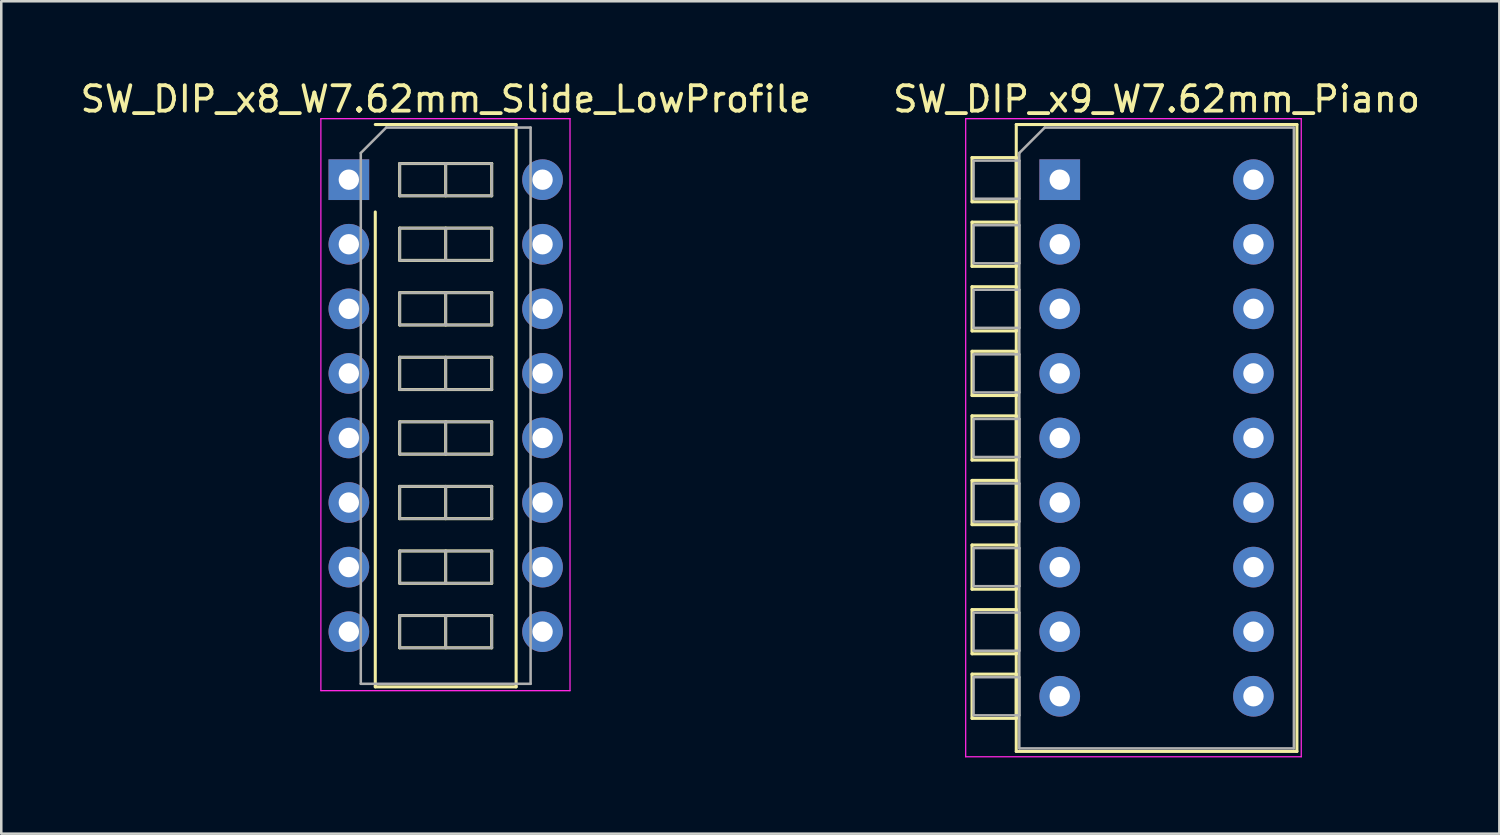
<source format=kicad_pcb>
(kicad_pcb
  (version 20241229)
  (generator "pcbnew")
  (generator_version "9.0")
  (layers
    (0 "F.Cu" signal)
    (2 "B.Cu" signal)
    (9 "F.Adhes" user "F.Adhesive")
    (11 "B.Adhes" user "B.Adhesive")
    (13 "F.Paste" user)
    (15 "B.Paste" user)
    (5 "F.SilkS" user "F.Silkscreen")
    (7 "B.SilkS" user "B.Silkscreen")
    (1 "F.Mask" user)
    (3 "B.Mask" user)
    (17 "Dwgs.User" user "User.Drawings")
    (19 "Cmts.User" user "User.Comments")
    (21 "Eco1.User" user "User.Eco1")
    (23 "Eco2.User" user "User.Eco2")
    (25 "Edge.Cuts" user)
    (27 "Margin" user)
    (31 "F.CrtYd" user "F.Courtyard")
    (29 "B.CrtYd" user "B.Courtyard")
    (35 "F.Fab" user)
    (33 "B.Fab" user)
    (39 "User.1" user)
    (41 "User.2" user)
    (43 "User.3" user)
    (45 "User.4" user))
  (footprint "SW_DIP_x9_W7.62mm_Piano"
    (layer "F.Cu")
    (at 38.636 4.018)
    (property "Reference" "SW_DIP_x9_W7.62mm_Piano" (at 3.81 -3.17 0) (layer "F.SilkS") (effects (font (size 1 1) (thickness 0.15))))
    (attr through_hole)
    (fp_line (start -3.45 -0.87) (end -3.45 0.87) (stroke (width 0.12) (type solid)) (layer "F.SilkS"))
    (fp_line (start -3.45 0.87) (end -1.71 0.87) (stroke (width 0.12) (type solid)) (layer "F.SilkS"))
    (fp_line (start -3.45 1.67) (end -3.45 3.41) (stroke (width 0.12) (type solid)) (layer "F.SilkS"))
    (fp_line (start -3.45 3.41) (end -1.71 3.41) (stroke (width 0.12) (type solid)) (layer "F.SilkS"))
    (fp_line (start -3.45 4.21) (end -3.45 5.95) (stroke (width 0.12) (type solid)) (layer "F.SilkS"))
    (fp_line (start -3.45 5.95) (end -1.71 5.95) (stroke (width 0.12) (type solid)) (layer "F.SilkS"))
    (fp_line (start -3.45 6.75) (end -3.45 8.49) (stroke (width 0.12) (type solid)) (layer "F.SilkS"))
    (fp_line (start -3.45 8.49) (end -1.71 8.49) (stroke (width 0.12) (type solid)) (layer "F.SilkS"))
    (fp_line (start -3.45 9.29) (end -3.45 11.03) (stroke (width 0.12) (type solid)) (layer "F.SilkS"))
    (fp_line (start -3.45 11.03) (end -1.71 11.03) (stroke (width 0.12) (type solid)) (layer "F.SilkS"))
    (fp_line (start -3.45 11.83) (end -3.45 13.57) (stroke (width 0.12) (type solid)) (layer "F.SilkS"))
    (fp_line (start -3.45 13.57) (end -1.71 13.57) (stroke (width 0.12) (type solid)) (layer "F.SilkS"))
    (fp_line (start -3.45 14.37) (end -3.45 16.11) (stroke (width 0.12) (type solid)) (layer "F.SilkS"))
    (fp_line (start -3.45 16.11) (end -1.71 16.11) (stroke (width 0.12) (type solid)) (layer "F.SilkS"))
    (fp_line (start -3.45 16.91) (end -3.45 18.65) (stroke (width 0.12) (type solid)) (layer "F.SilkS"))
    (fp_line (start -3.45 18.65) (end -1.71 18.65) (stroke (width 0.12) (type solid)) (layer "F.SilkS"))
    (fp_line (start -3.45 19.45) (end -3.45 21.19) (stroke (width 0.12) (type solid)) (layer "F.SilkS"))
    (fp_line (start -3.45 21.19) (end -1.71 21.19) (stroke (width 0.12) (type solid)) (layer "F.SilkS"))
    (fp_line (start -1.71 -2.17) (end 9.33 -2.17) (stroke (width 0.12) (type solid)) (layer "F.SilkS"))
    (fp_line (start -1.71 -0.87) (end -3.45 -0.87) (stroke (width 0.12) (type solid)) (layer "F.SilkS"))
    (fp_line (start -1.71 0.87) (end -1.71 -0.87) (stroke (width 0.12) (type solid)) (layer "F.SilkS"))
    (fp_line (start -1.71 1.67) (end -3.45 1.67) (stroke (width 0.12) (type solid)) (layer "F.SilkS"))
    (fp_line (start -1.71 3.41) (end -1.71 1.67) (stroke (width 0.12) (type solid)) (layer "F.SilkS"))
    (fp_line (start -1.71 4.21) (end -3.45 4.21) (stroke (width 0.12) (type solid)) (layer "F.SilkS"))
    (fp_line (start -1.71 5.95) (end -1.71 4.21) (stroke (width 0.12) (type solid)) (layer "F.SilkS"))
    (fp_line (start -1.71 6.75) (end -3.45 6.75) (stroke (width 0.12) (type solid)) (layer "F.SilkS"))
    (fp_line (start -1.71 8.49) (end -1.71 6.75) (stroke (width 0.12) (type solid)) (layer "F.SilkS"))
    (fp_line (start -1.71 9.29) (end -3.45 9.29) (stroke (width 0.12) (type solid)) (layer "F.SilkS"))
    (fp_line (start -1.71 11.03) (end -1.71 9.29) (stroke (width 0.12) (type solid)) (layer "F.SilkS"))
    (fp_line (start -1.71 11.83) (end -3.45 11.83) (stroke (width 0.12) (type solid)) (layer "F.SilkS"))
    (fp_line (start -1.71 13.57) (end -1.71 11.83) (stroke (width 0.12) (type solid)) (layer "F.SilkS"))
    (fp_line (start -1.71 14.37) (end -3.45 14.37) (stroke (width 0.12) (type solid)) (layer "F.SilkS"))
    (fp_line (start -1.71 16.11) (end -1.71 14.37) (stroke (width 0.12) (type solid)) (layer "F.SilkS"))
    (fp_line (start -1.71 16.91) (end -3.45 16.91) (stroke (width 0.12) (type solid)) (layer "F.SilkS"))
    (fp_line (start -1.71 18.65) (end -1.71 16.91) (stroke (width 0.12) (type solid)) (layer "F.SilkS"))
    (fp_line (start -1.71 19.45) (end -3.45 19.45) (stroke (width 0.12) (type solid)) (layer "F.SilkS"))
    (fp_line (start -1.71 21.19) (end -1.71 19.45) (stroke (width 0.12) (type solid)) (layer "F.SilkS"))
    (fp_line (start -1.71 22.49) (end -1.71 -2.17) (stroke (width 0.12) (type solid)) (layer "F.SilkS"))
    (fp_line (start 9.33 -2.17) (end 9.33 22.49) (stroke (width 0.12) (type solid)) (layer "F.SilkS"))
    (fp_line (start 9.33 22.49) (end -1.71 22.49) (stroke (width 0.12) (type solid)) (layer "F.SilkS"))
    (fp_line (start -3.7 -2.4) (end -3.7 22.7) (stroke (width 0.05) (type solid)) (layer "F.CrtYd"))
    (fp_line (start -3.7 22.7) (end 9.5 22.7) (stroke (width 0.05) (type solid)) (layer "F.CrtYd"))
    (fp_line (start 9.5 -2.4) (end -3.7 -2.4) (stroke (width 0.05) (type solid)) (layer "F.CrtYd"))
    (fp_line (start 9.5 22.7) (end 9.5 -2.4) (stroke (width 0.05) (type solid)) (layer "F.CrtYd"))
    (fp_line (start -3.39 -0.75) (end -1.59 -0.75) (stroke (width 0.1) (type solid)) (layer "F.Fab"))
    (fp_line (start -3.39 0.75) (end -3.39 -0.75) (stroke (width 0.1) (type solid)) (layer "F.Fab"))
    (fp_line (start -3.39 1.79) (end -1.59 1.79) (stroke (width 0.1) (type solid)) (layer "F.Fab"))
    (fp_line (start -3.39 3.29) (end -3.39 1.79) (stroke (width 0.1) (type solid)) (layer "F.Fab"))
    (fp_line (start -3.39 4.33) (end -1.59 4.33) (stroke (width 0.1) (type solid)) (layer "F.Fab"))
    (fp_line (start -3.39 5.83) (end -3.39 4.33) (stroke (width 0.1) (type solid)) (layer "F.Fab"))
    (fp_line (start -3.39 6.87) (end -1.59 6.87) (stroke (width 0.1) (type solid)) (layer "F.Fab"))
    (fp_line (start -3.39 8.37) (end -3.39 6.87) (stroke (width 0.1) (type solid)) (layer "F.Fab"))
    (fp_line (start -3.39 9.41) (end -1.59 9.41) (stroke (width 0.1) (type solid)) (layer "F.Fab"))
    (fp_line (start -3.39 10.91) (end -3.39 9.41) (stroke (width 0.1) (type solid)) (layer "F.Fab"))
    (fp_line (start -3.39 11.95) (end -1.59 11.95) (stroke (width 0.1) (type solid)) (layer "F.Fab"))
    (fp_line (start -3.39 13.45) (end -3.39 11.95) (stroke (width 0.1) (type solid)) (layer "F.Fab"))
    (fp_line (start -3.39 14.49) (end -1.59 14.49) (stroke (width 0.1) (type solid)) (layer "F.Fab"))
    (fp_line (start -3.39 15.99) (end -3.39 14.49) (stroke (width 0.1) (type solid)) (layer "F.Fab"))
    (fp_line (start -3.39 17.03) (end -1.59 17.03) (stroke (width 0.1) (type solid)) (layer "F.Fab"))
    (fp_line (start -3.39 18.53) (end -3.39 17.03) (stroke (width 0.1) (type solid)) (layer "F.Fab"))
    (fp_line (start -3.39 19.57) (end -1.59 19.57) (stroke (width 0.1) (type solid)) (layer "F.Fab"))
    (fp_line (start -3.39 21.07) (end -3.39 19.57) (stroke (width 0.1) (type solid)) (layer "F.Fab"))
    (fp_line (start -1.59 -1.05) (end -0.59 -2.05) (stroke (width 0.1) (type solid)) (layer "F.Fab"))
    (fp_line (start -1.59 -0.75) (end -1.59 0.75) (stroke (width 0.1) (type solid)) (layer "F.Fab"))
    (fp_line (start -1.59 0.75) (end -3.39 0.75) (stroke (width 0.1) (type solid)) (layer "F.Fab"))
    (fp_line (start -1.59 1.79) (end -1.59 3.29) (stroke (width 0.1) (type solid)) (layer "F.Fab"))
    (fp_line (start -1.59 3.29) (end -3.39 3.29) (stroke (width 0.1) (type solid)) (layer "F.Fab"))
    (fp_line (start -1.59 4.33) (end -1.59 5.83) (stroke (width 0.1) (type solid)) (layer "F.Fab"))
    (fp_line (start -1.59 5.83) (end -3.39 5.83) (stroke (width 0.1) (type solid)) (layer "F.Fab"))
    (fp_line (start -1.59 6.87) (end -1.59 8.37) (stroke (width 0.1) (type solid)) (layer "F.Fab"))
    (fp_line (start -1.59 8.37) (end -3.39 8.37) (stroke (width 0.1) (type solid)) (layer "F.Fab"))
    (fp_line (start -1.59 9.41) (end -1.59 10.91) (stroke (width 0.1) (type solid)) (layer "F.Fab"))
    (fp_line (start -1.59 10.91) (end -3.39 10.91) (stroke (width 0.1) (type solid)) (layer "F.Fab"))
    (fp_line (start -1.59 11.95) (end -1.59 13.45) (stroke (width 0.1) (type solid)) (layer "F.Fab"))
    (fp_line (start -1.59 13.45) (end -3.39 13.45) (stroke (width 0.1) (type solid)) (layer "F.Fab"))
    (fp_line (start -1.59 14.49) (end -1.59 15.99) (stroke (width 0.1) (type solid)) (layer "F.Fab"))
    (fp_line (start -1.59 15.99) (end -3.39 15.99) (stroke (width 0.1) (type solid)) (layer "F.Fab"))
    (fp_line (start -1.59 17.03) (end -1.59 18.53) (stroke (width 0.1) (type solid)) (layer "F.Fab"))
    (fp_line (start -1.59 18.53) (end -3.39 18.53) (stroke (width 0.1) (type solid)) (layer "F.Fab"))
    (fp_line (start -1.59 19.57) (end -1.59 21.07) (stroke (width 0.1) (type solid)) (layer "F.Fab"))
    (fp_line (start -1.59 21.07) (end -3.39 21.07) (stroke (width 0.1) (type solid)) (layer "F.Fab"))
    (fp_line (start -1.59 22.37) (end -1.59 -1.05) (stroke (width 0.1) (type solid)) (layer "F.Fab"))
    (fp_line (start -0.59 -2.05) (end 9.21 -2.05) (stroke (width 0.1) (type solid)) (layer "F.Fab"))
    (fp_line (start 9.21 -2.05) (end 9.21 22.37) (stroke (width 0.1) (type solid)) (layer "F.Fab"))
    (fp_line (start 9.21 22.37) (end -1.59 22.37) (stroke (width 0.1) (type solid)) (layer "F.Fab"))
    (pad "1" thru_hole rect (at 0 0) (size 1.6 1.6) (drill 0.8) (layers "*.Cu" "*.Mask"))
    (pad "2" thru_hole oval (at 0 2.54) (size 1.6 1.6) (drill 0.8) (layers "*.Cu" "*.Mask"))
    (pad "3" thru_hole oval (at 0 5.08) (size 1.6 1.6) (drill 0.8) (layers "*.Cu" "*.Mask"))
    (pad "4" thru_hole oval (at 0 7.62) (size 1.6 1.6) (drill 0.8) (layers "*.Cu" "*.Mask"))
    (pad "5" thru_hole oval (at 0 10.16) (size 1.6 1.6) (drill 0.8) (layers "*.Cu" "*.Mask"))
    (pad "6" thru_hole oval (at 0 12.7) (size 1.6 1.6) (drill 0.8) (layers "*.Cu" "*.Mask"))
    (pad "7" thru_hole oval (at 0 15.24) (size 1.6 1.6) (drill 0.8) (layers "*.Cu" "*.Mask"))
    (pad "8" thru_hole oval (at 0 17.78) (size 1.6 1.6) (drill 0.8) (layers "*.Cu" "*.Mask"))
    (pad "9" thru_hole oval (at 0 20.32) (size 1.6 1.6) (drill 0.8) (layers "*.Cu" "*.Mask"))
    (pad "10" thru_hole oval (at 7.62 20.32) (size 1.6 1.6) (drill 0.8) (layers "*.Cu" "*.Mask"))
    (pad "11" thru_hole oval (at 7.62 17.78) (size 1.6 1.6) (drill 0.8) (layers "*.Cu" "*.Mask"))
    (pad "12" thru_hole oval (at 7.62 15.24) (size 1.6 1.6) (drill 0.8) (layers "*.Cu" "*.Mask"))
    (pad "13" thru_hole oval (at 7.62 12.7) (size 1.6 1.6) (drill 0.8) (layers "*.Cu" "*.Mask"))
    (pad "14" thru_hole oval (at 7.62 10.16) (size 1.6 1.6) (drill 0.8) (layers "*.Cu" "*.Mask"))
    (pad "15" thru_hole oval (at 7.62 7.62) (size 1.6 1.6) (drill 0.8) (layers "*.Cu" "*.Mask"))
    (pad "16" thru_hole oval (at 7.62 5.08) (size 1.6 1.6) (drill 0.8) (layers "*.Cu" "*.Mask"))
    (pad "17" thru_hole oval (at 7.62 2.54) (size 1.6 1.6) (drill 0.8) (layers "*.Cu" "*.Mask"))
    (pad "18" thru_hole oval (at 7.62 0) (size 1.6 1.6) (drill 0.8) (layers "*.Cu" "*.Mask")))
  (footprint "SW_DIP_x8_W7.62mm_Slide_LowProfile"
    (layer "F.Cu")
    (at 10.672 4.018)
    (property "Reference" "SW_DIP_x8_W7.62mm_Slide_LowProfile" (at 3.81 -3.17 0) (layer "F.SilkS") (effects (font (size 1 1) (thickness 0.15))))
    (attr through_hole)
    (fp_line (start 1.04 -2.17) (end 6.58 -2.17) (stroke (width 0.12) (type solid)) (layer "F.SilkS"))
    (fp_line (start 1.04 19.95) (end 1.04 1.27) (stroke (width 0.12) (type solid)) (layer "F.SilkS"))
    (fp_line (start 2 -0.635) (end 2 0.635) (stroke (width 0.12) (type solid)) (layer "F.SilkS"))
    (fp_line (start 2 0.635) (end 5.62 0.635) (stroke (width 0.12) (type solid)) (layer "F.SilkS"))
    (fp_line (start 2 1.905) (end 2 3.175) (stroke (width 0.12) (type solid)) (layer "F.SilkS"))
    (fp_line (start 2 3.175) (end 5.62 3.175) (stroke (width 0.12) (type solid)) (layer "F.SilkS"))
    (fp_line (start 2 4.445) (end 2 5.715) (stroke (width 0.12) (type solid)) (layer "F.SilkS"))
    (fp_line (start 2 5.715) (end 5.62 5.715) (stroke (width 0.12) (type solid)) (layer "F.SilkS"))
    (fp_line (start 2 6.985) (end 2 8.255) (stroke (width 0.12) (type solid)) (layer "F.SilkS"))
    (fp_line (start 2 8.255) (end 5.62 8.255) (stroke (width 0.12) (type solid)) (layer "F.SilkS"))
    (fp_line (start 2 9.525) (end 2 10.795) (stroke (width 0.12) (type solid)) (layer "F.SilkS"))
    (fp_line (start 2 10.795) (end 5.62 10.795) (stroke (width 0.12) (type solid)) (layer "F.SilkS"))
    (fp_line (start 2 12.065) (end 2 13.335) (stroke (width 0.12) (type solid)) (layer "F.SilkS"))
    (fp_line (start 2 13.335) (end 5.62 13.335) (stroke (width 0.12) (type solid)) (layer "F.SilkS"))
    (fp_line (start 2 14.605) (end 2 15.875) (stroke (width 0.12) (type solid)) (layer "F.SilkS"))
    (fp_line (start 2 15.875) (end 5.62 15.875) (stroke (width 0.12) (type solid)) (layer "F.SilkS"))
    (fp_line (start 2 17.145) (end 2 18.415) (stroke (width 0.12) (type solid)) (layer "F.SilkS"))
    (fp_line (start 2 18.415) (end 5.62 18.415) (stroke (width 0.12) (type solid)) (layer "F.SilkS"))
    (fp_line (start 3.81 -0.635) (end 3.81 0.635) (stroke (width 0.12) (type solid)) (layer "F.SilkS"))
    (fp_line (start 3.81 1.905) (end 3.81 3.175) (stroke (width 0.12) (type solid)) (layer "F.SilkS"))
    (fp_line (start 3.81 4.445) (end 3.81 5.715) (stroke (width 0.12) (type solid)) (layer "F.SilkS"))
    (fp_line (start 3.81 6.985) (end 3.81 8.255) (stroke (width 0.12) (type solid)) (layer "F.SilkS"))
    (fp_line (start 3.81 9.525) (end 3.81 10.795) (stroke (width 0.12) (type solid)) (layer "F.SilkS"))
    (fp_line (start 3.81 12.065) (end 3.81 13.335) (stroke (width 0.12) (type solid)) (layer "F.SilkS"))
    (fp_line (start 3.81 14.605) (end 3.81 15.875) (stroke (width 0.12) (type solid)) (layer "F.SilkS"))
    (fp_line (start 3.81 17.145) (end 3.81 18.415) (stroke (width 0.12) (type solid)) (layer "F.SilkS"))
    (fp_line (start 5.62 -0.635) (end 2 -0.635) (stroke (width 0.12) (type solid)) (layer "F.SilkS"))
    (fp_line (start 5.62 0.635) (end 5.62 -0.635) (stroke (width 0.12) (type solid)) (layer "F.SilkS"))
    (fp_line (start 5.62 1.905) (end 2 1.905) (stroke (width 0.12) (type solid)) (layer "F.SilkS"))
    (fp_line (start 5.62 3.175) (end 5.62 1.905) (stroke (width 0.12) (type solid)) (layer "F.SilkS"))
    (fp_line (start 5.62 4.445) (end 2 4.445) (stroke (width 0.12) (type solid)) (layer "F.SilkS"))
    (fp_line (start 5.62 5.715) (end 5.62 4.445) (stroke (width 0.12) (type solid)) (layer "F.SilkS"))
    (fp_line (start 5.62 6.985) (end 2 6.985) (stroke (width 0.12) (type solid)) (layer "F.SilkS"))
    (fp_line (start 5.62 8.255) (end 5.62 6.985) (stroke (width 0.12) (type solid)) (layer "F.SilkS"))
    (fp_line (start 5.62 9.525) (end 2 9.525) (stroke (width 0.12) (type solid)) (layer "F.SilkS"))
    (fp_line (start 5.62 10.795) (end 5.62 9.525) (stroke (width 0.12) (type solid)) (layer "F.SilkS"))
    (fp_line (start 5.62 12.065) (end 2 12.065) (stroke (width 0.12) (type solid)) (layer "F.SilkS"))
    (fp_line (start 5.62 13.335) (end 5.62 12.065) (stroke (width 0.12) (type solid)) (layer "F.SilkS"))
    (fp_line (start 5.62 14.605) (end 2 14.605) (stroke (width 0.12) (type solid)) (layer "F.SilkS"))
    (fp_line (start 5.62 15.875) (end 5.62 14.605) (stroke (width 0.12) (type solid)) (layer "F.SilkS"))
    (fp_line (start 5.62 17.145) (end 2 17.145) (stroke (width 0.12) (type solid)) (layer "F.SilkS"))
    (fp_line (start 5.62 18.415) (end 5.62 17.145) (stroke (width 0.12) (type solid)) (layer "F.SilkS"))
    (fp_line (start 6.58 -2.17) (end 6.58 19.95) (stroke (width 0.12) (type solid)) (layer "F.SilkS"))
    (fp_line (start 6.58 19.95) (end 1.04 19.95) (stroke (width 0.12) (type solid)) (layer "F.SilkS"))
    (fp_line (start -1.1 -2.4) (end -1.1 20.1) (stroke (width 0.05) (type solid)) (layer "F.CrtYd"))
    (fp_line (start -1.1 20.1) (end 8.7 20.1) (stroke (width 0.05) (type solid)) (layer "F.CrtYd"))
    (fp_line (start 8.7 -2.4) (end -1.1 -2.4) (stroke (width 0.05) (type solid)) (layer "F.CrtYd"))
    (fp_line (start 8.7 20.1) (end 8.7 -2.4) (stroke (width 0.05) (type solid)) (layer "F.CrtYd"))
    (fp_line (start 0.47 -1.05) (end 1.47 -2.05) (stroke (width 0.1) (type solid)) (layer "F.Fab"))
    (fp_line (start 0.47 19.83) (end 0.47 -1.05) (stroke (width 0.1) (type solid)) (layer "F.Fab"))
    (fp_line (start 1.47 -2.05) (end 7.15 -2.05) (stroke (width 0.1) (type solid)) (layer "F.Fab"))
    (fp_line (start 2 -0.635) (end 2 0.635) (stroke (width 0.1) (type solid)) (layer "F.Fab"))
    (fp_line (start 2 0.635) (end 5.62 0.635) (stroke (width 0.1) (type solid)) (layer "F.Fab"))
    (fp_line (start 2 1.905) (end 2 3.175) (stroke (width 0.1) (type solid)) (layer "F.Fab"))
    (fp_line (start 2 3.175) (end 5.62 3.175) (stroke (width 0.1) (type solid)) (layer "F.Fab"))
    (fp_line (start 2 4.445) (end 2 5.715) (stroke (width 0.1) (type solid)) (layer "F.Fab"))
    (fp_line (start 2 5.715) (end 5.62 5.715) (stroke (width 0.1) (type solid)) (layer "F.Fab"))
    (fp_line (start 2 6.985) (end 2 8.255) (stroke (width 0.1) (type solid)) (layer "F.Fab"))
    (fp_line (start 2 8.255) (end 5.62 8.255) (stroke (width 0.1) (type solid)) (layer "F.Fab"))
    (fp_line (start 2 9.525) (end 2 10.795) (stroke (width 0.1) (type solid)) (layer "F.Fab"))
    (fp_line (start 2 10.795) (end 5.62 10.795) (stroke (width 0.1) (type solid)) (layer "F.Fab"))
    (fp_line (start 2 12.065) (end 2 13.335) (stroke (width 0.1) (type solid)) (layer "F.Fab"))
    (fp_line (start 2 13.335) (end 5.62 13.335) (stroke (width 0.1) (type solid)) (layer "F.Fab"))
    (fp_line (start 2 14.605) (end 2 15.875) (stroke (width 0.1) (type solid)) (layer "F.Fab"))
    (fp_line (start 2 15.875) (end 5.62 15.875) (stroke (width 0.1) (type solid)) (layer "F.Fab"))
    (fp_line (start 2 17.145) (end 2 18.415) (stroke (width 0.1) (type solid)) (layer "F.Fab"))
    (fp_line (start 2 18.415) (end 5.62 18.415) (stroke (width 0.1) (type solid)) (layer "F.Fab"))
    (fp_line (start 3.81 -0.635) (end 3.81 0.635) (stroke (width 0.1) (type solid)) (layer "F.Fab"))
    (fp_line (start 3.81 1.905) (end 3.81 3.175) (stroke (width 0.1) (type solid)) (layer "F.Fab"))
    (fp_line (start 3.81 4.445) (end 3.81 5.715) (stroke (width 0.1) (type solid)) (layer "F.Fab"))
    (fp_line (start 3.81 6.985) (end 3.81 8.255) (stroke (width 0.1) (type solid)) (layer "F.Fab"))
    (fp_line (start 3.81 9.525) (end 3.81 10.795) (stroke (width 0.1) (type solid)) (layer "F.Fab"))
    (fp_line (start 3.81 12.065) (end 3.81 13.335) (stroke (width 0.1) (type solid)) (layer "F.Fab"))
    (fp_line (start 3.81 14.605) (end 3.81 15.875) (stroke (width 0.1) (type solid)) (layer "F.Fab"))
    (fp_line (start 3.81 17.145) (end 3.81 18.415) (stroke (width 0.1) (type solid)) (layer "F.Fab"))
    (fp_line (start 5.62 -0.635) (end 2 -0.635) (stroke (width 0.1) (type solid)) (layer "F.Fab"))
    (fp_line (start 5.62 0.635) (end 5.62 -0.635) (stroke (width 0.1) (type solid)) (layer "F.Fab"))
    (fp_line (start 5.62 1.905) (end 2 1.905) (stroke (width 0.1) (type solid)) (layer "F.Fab"))
    (fp_line (start 5.62 3.175) (end 5.62 1.905) (stroke (width 0.1) (type solid)) (layer "F.Fab"))
    (fp_line (start 5.62 4.445) (end 2 4.445) (stroke (width 0.1) (type solid)) (layer "F.Fab"))
    (fp_line (start 5.62 5.715) (end 5.62 4.445) (stroke (width 0.1) (type solid)) (layer "F.Fab"))
    (fp_line (start 5.62 6.985) (end 2 6.985) (stroke (width 0.1) (type solid)) (layer "F.Fab"))
    (fp_line (start 5.62 8.255) (end 5.62 6.985) (stroke (width 0.1) (type solid)) (layer "F.Fab"))
    (fp_line (start 5.62 9.525) (end 2 9.525) (stroke (width 0.1) (type solid)) (layer "F.Fab"))
    (fp_line (start 5.62 10.795) (end 5.62 9.525) (stroke (width 0.1) (type solid)) (layer "F.Fab"))
    (fp_line (start 5.62 12.065) (end 2 12.065) (stroke (width 0.1) (type solid)) (layer "F.Fab"))
    (fp_line (start 5.62 13.335) (end 5.62 12.065) (stroke (width 0.1) (type solid)) (layer "F.Fab"))
    (fp_line (start 5.62 14.605) (end 2 14.605) (stroke (width 0.1) (type solid)) (layer "F.Fab"))
    (fp_line (start 5.62 15.875) (end 5.62 14.605) (stroke (width 0.1) (type solid)) (layer "F.Fab"))
    (fp_line (start 5.62 17.145) (end 2 17.145) (stroke (width 0.1) (type solid)) (layer "F.Fab"))
    (fp_line (start 5.62 18.415) (end 5.62 17.145) (stroke (width 0.1) (type solid)) (layer "F.Fab"))
    (fp_line (start 7.15 -2.05) (end 7.15 19.83) (stroke (width 0.1) (type solid)) (layer "F.Fab"))
    (fp_line (start 7.15 19.83) (end 0.47 19.83) (stroke (width 0.1) (type solid)) (layer "F.Fab"))
    (pad "1" thru_hole rect (at 0 0) (size 1.6 1.6) (drill 0.8) (layers "*.Cu" "*.Mask"))
    (pad "2" thru_hole oval (at 0 2.54) (size 1.6 1.6) (drill 0.8) (layers "*.Cu" "*.Mask"))
    (pad "3" thru_hole oval (at 0 5.08) (size 1.6 1.6) (drill 0.8) (layers "*.Cu" "*.Mask"))
    (pad "4" thru_hole oval (at 0 7.62) (size 1.6 1.6) (drill 0.8) (layers "*.Cu" "*.Mask"))
    (pad "5" thru_hole oval (at 0 10.16) (size 1.6 1.6) (drill 0.8) (layers "*.Cu" "*.Mask"))
    (pad "6" thru_hole oval (at 0 12.7) (size 1.6 1.6) (drill 0.8) (layers "*.Cu" "*.Mask"))
    (pad "7" thru_hole oval (at 0 15.24) (size 1.6 1.6) (drill 0.8) (layers "*.Cu" "*.Mask"))
    (pad "8" thru_hole oval (at 0 17.78) (size 1.6 1.6) (drill 0.8) (layers "*.Cu" "*.Mask"))
    (pad "9" thru_hole oval (at 7.62 17.78) (size 1.6 1.6) (drill 0.8) (layers "*.Cu" "*.Mask"))
    (pad "10" thru_hole oval (at 7.62 15.24) (size 1.6 1.6) (drill 0.8) (layers "*.Cu" "*.Mask"))
    (pad "11" thru_hole oval (at 7.62 12.7) (size 1.6 1.6) (drill 0.8) (layers "*.Cu" "*.Mask"))
    (pad "12" thru_hole oval (at 7.62 10.16) (size 1.6 1.6) (drill 0.8) (layers "*.Cu" "*.Mask"))
    (pad "13" thru_hole oval (at 7.62 7.62) (size 1.6 1.6) (drill 0.8) (layers "*.Cu" "*.Mask"))
    (pad "14" thru_hole oval (at 7.62 5.08) (size 1.6 1.6) (drill 0.8) (layers "*.Cu" "*.Mask"))
    (pad "15" thru_hole oval (at 7.62 2.54) (size 1.6 1.6) (drill 0.8) (layers "*.Cu" "*.Mask"))
    (pad "16" thru_hole oval (at 7.62 0) (size 1.6 1.6) (drill 0.8) (layers "*.Cu" "*.Mask")))
  (gr_rect
    (start -3 -3)
    (end 55.929 29.743)
    (stroke (width 0.1) (type default))
    (fill no)
    (layer "Edge.Cuts")))
</source>
